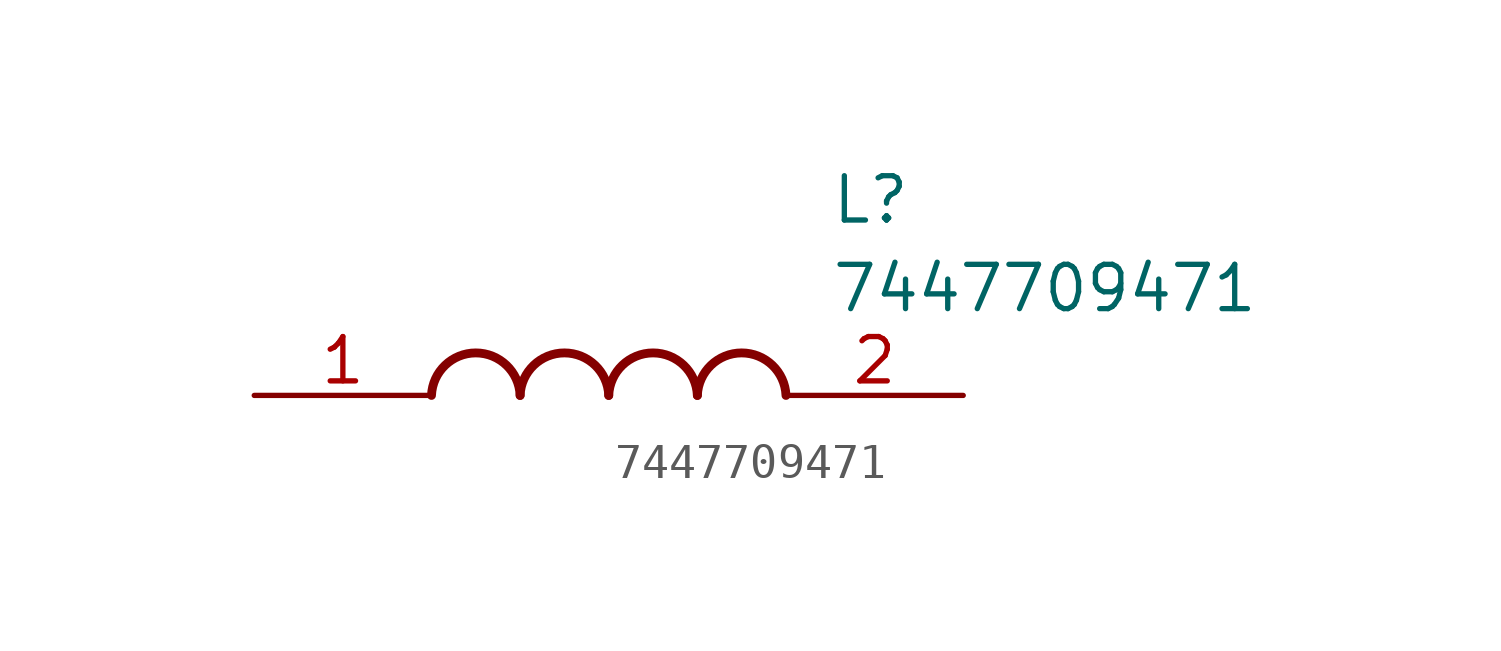
<source format=kicad_sym>
(kicad_symbol_lib
  (version 20211014)
  (generator SamacSys_ECAD_Model)
  (symbol "7447709471"
    (pin_names hide)
    (property "Reference" "L"
      (at 16.51 6.35 0)
      (effects (font (size 1.27 1.27)) (justify left top)))
    (property "Value" "7447709471"
      (at 16.51 3.81 0)
      (effects (font (size 1.27 1.27)) (justify left top)))
    (arc
      (start 7.62 0)
      (mid 6.35 1.219)
      (end 5.08 0)
      (stroke (width 0.254) (type default))
      (fill (type none)))
    (arc
      (start 10.16 0)
      (mid 8.89 1.219)
      (end 7.62 0)
      (stroke (width 0.254) (type default))
      (fill (type none)))
    (arc
      (start 12.7 0)
      (mid 11.43 1.219)
      (end 10.16 0)
      (stroke (width 0.254) (type default))
      (fill (type none)))
    (arc
      (start 15.24 0)
      (mid 13.97 1.219)
      (end 12.7 0)
      (stroke (width 0.254) (type default))
      (fill (type none)))
    (pin passive line
      (at 0 0 0)
      (length 5.08)
      (name "1" (effects (font (size 1.27 1.27))))
      (number "1" (effects (font (size 1.27 1.27)))))
    (pin passive line
      (at 20.32 0 180)
      (length 5.08)
      (name "2" (effects (font (size 1.27 1.27))))
      (number "2" (effects (font (size 1.27 1.27)))))))
</source>
